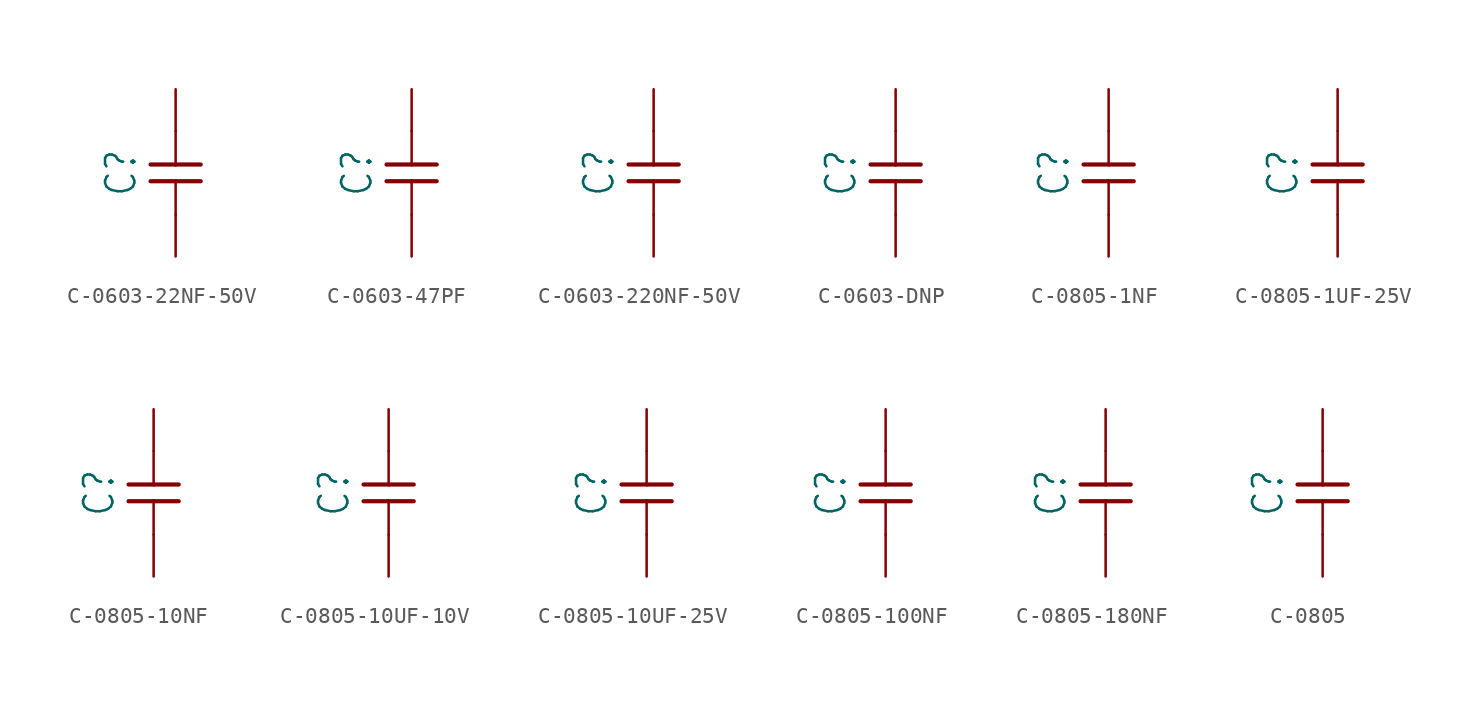
<source format=kicad_sym>
(kicad_symbol_lib
  (version 20231120)
  (generator "kicad_symbol_editor")
  (generator_version "8.0")
  (symbol "C-0603-22NF-50V"
    (property "Reference" "C"
      (at -2.286 0 90)
      (effects (font (size 1.778 1.511)) (justify bottom)))
    (property "Value" ""
      (at 2.286 0 90)
      (effects (font (size 1.778 1.511)) (justify top)))
    (property "ki_locked" ""
      (at 0 0 0)
      (effects (font (size 1.27 1.27))))
    (symbol "C-0603-22NF-50V_1_0"
      (polyline (pts (xy -1.524 0.508) (xy 0 0.508)) (stroke (width 0.254) (type solid)) (fill (type none)))
      (polyline (pts (xy 0 -2.54) (xy 0 -0.508)) (stroke (width 0.152) (type solid)) (fill (type none)))
      (polyline (pts (xy 0 -0.508) (xy -1.524 -0.508)) (stroke (width 0.254) (type solid)) (fill (type none)))
      (polyline (pts (xy 0 0.508) (xy 0 2.54)) (stroke (width 0.152) (type solid)) (fill (type none)))
      (polyline (pts (xy 0 0.508) (xy 1.524 0.508)) (stroke (width 0.254) (type solid)) (fill (type none)))
      (polyline (pts (xy 1.524 -0.508) (xy 0 -0.508)) (stroke (width 0.254) (type solid)) (fill (type none)))
      (pin passive line (at 0 5.08 270) (length 2.54) (name "1" (effects (font (size 0 0)))) (number "1" (effects (font (size 0 0)))))
      (pin passive line (at 0 -5.08 90) (length 2.54) (name "2" (effects (font (size 0 0)))) (number "2" (effects (font (size 0 0)))))))
  (symbol "C-0603-47PF"
    (property "Reference" "C"
      (at -2.286 0 90)
      (effects (font (size 1.778 1.511)) (justify bottom)))
    (property "Value" ""
      (at 2.286 0 90)
      (effects (font (size 1.778 1.511)) (justify top)))
    (property "ki_locked" ""
      (at 0 0 0)
      (effects (font (size 1.27 1.27))))
    (symbol "C-0603-47PF_1_0"
      (polyline (pts (xy -1.524 0.508) (xy 0 0.508)) (stroke (width 0.254) (type solid)) (fill (type none)))
      (polyline (pts (xy 0 -2.54) (xy 0 -0.508)) (stroke (width 0.152) (type solid)) (fill (type none)))
      (polyline (pts (xy 0 -0.508) (xy -1.524 -0.508)) (stroke (width 0.254) (type solid)) (fill (type none)))
      (polyline (pts (xy 0 0.508) (xy 0 2.54)) (stroke (width 0.152) (type solid)) (fill (type none)))
      (polyline (pts (xy 0 0.508) (xy 1.524 0.508)) (stroke (width 0.254) (type solid)) (fill (type none)))
      (polyline (pts (xy 1.524 -0.508) (xy 0 -0.508)) (stroke (width 0.254) (type solid)) (fill (type none)))
      (pin passive line (at 0 5.08 270) (length 2.54) (name "1" (effects (font (size 0 0)))) (number "1" (effects (font (size 0 0)))))
      (pin passive line (at 0 -5.08 90) (length 2.54) (name "2" (effects (font (size 0 0)))) (number "2" (effects (font (size 0 0)))))))
  (symbol "C-0603-220NF-50V"
    (property "Reference" "C"
      (at -2.286 0 90)
      (effects (font (size 1.778 1.511)) (justify bottom)))
    (property "Value" ""
      (at 2.286 0 90)
      (effects (font (size 1.778 1.511)) (justify top)))
    (property "ki_locked" ""
      (at 0 0 0)
      (effects (font (size 1.27 1.27))))
    (symbol "C-0603-220NF-50V_1_0"
      (polyline (pts (xy -1.524 0.508) (xy 0 0.508)) (stroke (width 0.254) (type solid)) (fill (type none)))
      (polyline (pts (xy 0 -2.54) (xy 0 -0.508)) (stroke (width 0.152) (type solid)) (fill (type none)))
      (polyline (pts (xy 0 -0.508) (xy -1.524 -0.508)) (stroke (width 0.254) (type solid)) (fill (type none)))
      (polyline (pts (xy 0 0.508) (xy 0 2.54)) (stroke (width 0.152) (type solid)) (fill (type none)))
      (polyline (pts (xy 0 0.508) (xy 1.524 0.508)) (stroke (width 0.254) (type solid)) (fill (type none)))
      (polyline (pts (xy 1.524 -0.508) (xy 0 -0.508)) (stroke (width 0.254) (type solid)) (fill (type none)))
      (pin passive line (at 0 5.08 270) (length 2.54) (name "1" (effects (font (size 0 0)))) (number "1" (effects (font (size 0 0)))))
      (pin passive line (at 0 -5.08 90) (length 2.54) (name "2" (effects (font (size 0 0)))) (number "2" (effects (font (size 0 0)))))))
  (symbol "C-0603-DNP"
    (property "Reference" "C"
      (at -2.286 0 90)
      (effects (font (size 1.778 1.511)) (justify bottom)))
    (property "Value" ""
      (at 2.286 0 90)
      (effects (font (size 1.778 1.511)) (justify top)))
    (property "ki_locked" ""
      (at 0 0 0)
      (effects (font (size 1.27 1.27))))
    (symbol "C-0603-DNP_1_0"
      (polyline (pts (xy -1.524 0.508) (xy 0 0.508)) (stroke (width 0.254) (type solid)) (fill (type none)))
      (polyline (pts (xy 0 -2.54) (xy 0 -0.508)) (stroke (width 0.152) (type solid)) (fill (type none)))
      (polyline (pts (xy 0 -0.508) (xy -1.524 -0.508)) (stroke (width 0.254) (type solid)) (fill (type none)))
      (polyline (pts (xy 0 0.508) (xy 0 2.54)) (stroke (width 0.152) (type solid)) (fill (type none)))
      (polyline (pts (xy 0 0.508) (xy 1.524 0.508)) (stroke (width 0.254) (type solid)) (fill (type none)))
      (polyline (pts (xy 1.524 -0.508) (xy 0 -0.508)) (stroke (width 0.254) (type solid)) (fill (type none)))
      (pin passive line (at 0 5.08 270) (length 2.54) (name "1" (effects (font (size 0 0)))) (number "1" (effects (font (size 0 0)))))
      (pin passive line (at 0 -5.08 90) (length 2.54) (name "2" (effects (font (size 0 0)))) (number "2" (effects (font (size 0 0)))))))
  (symbol "C-0805-1NF"
    (property "Reference" "C"
      (at -2.286 0 90)
      (effects (font (size 1.778 1.511)) (justify bottom)))
    (property "Value" ""
      (at 2.286 0 90)
      (effects (font (size 1.778 1.511)) (justify top)))
    (property "ki_locked" ""
      (at 0 0 0)
      (effects (font (size 1.27 1.27))))
    (symbol "C-0805-1NF_1_0"
      (polyline (pts (xy -1.524 0.508) (xy 0 0.508)) (stroke (width 0.254) (type solid)) (fill (type none)))
      (polyline (pts (xy 0 -2.54) (xy 0 -0.508)) (stroke (width 0.152) (type solid)) (fill (type none)))
      (polyline (pts (xy 0 -0.508) (xy -1.524 -0.508)) (stroke (width 0.254) (type solid)) (fill (type none)))
      (polyline (pts (xy 0 0.508) (xy 0 2.54)) (stroke (width 0.152) (type solid)) (fill (type none)))
      (polyline (pts (xy 0 0.508) (xy 1.524 0.508)) (stroke (width 0.254) (type solid)) (fill (type none)))
      (polyline (pts (xy 1.524 -0.508) (xy 0 -0.508)) (stroke (width 0.254) (type solid)) (fill (type none)))
      (pin passive line (at 0 5.08 270) (length 2.54) (name "1" (effects (font (size 0 0)))) (number "1" (effects (font (size 0 0)))))
      (pin passive line (at 0 -5.08 90) (length 2.54) (name "2" (effects (font (size 0 0)))) (number "2" (effects (font (size 0 0)))))))
  (symbol "C-0805-1UF-25V"
    (property "Reference" "C"
      (at -2.286 0 90)
      (effects (font (size 1.778 1.511)) (justify bottom)))
    (property "Value" ""
      (at 2.286 0 90)
      (effects (font (size 1.778 1.511)) (justify top)))
    (property "ki_locked" ""
      (at 0 0 0)
      (effects (font (size 1.27 1.27))))
    (symbol "C-0805-1UF-25V_1_0"
      (polyline (pts (xy -1.524 0.508) (xy 0 0.508)) (stroke (width 0.254) (type solid)) (fill (type none)))
      (polyline (pts (xy 0 -2.54) (xy 0 -0.508)) (stroke (width 0.152) (type solid)) (fill (type none)))
      (polyline (pts (xy 0 -0.508) (xy -1.524 -0.508)) (stroke (width 0.254) (type solid)) (fill (type none)))
      (polyline (pts (xy 0 0.508) (xy 0 2.54)) (stroke (width 0.152) (type solid)) (fill (type none)))
      (polyline (pts (xy 0 0.508) (xy 1.524 0.508)) (stroke (width 0.254) (type solid)) (fill (type none)))
      (polyline (pts (xy 1.524 -0.508) (xy 0 -0.508)) (stroke (width 0.254) (type solid)) (fill (type none)))
      (pin passive line (at 0 5.08 270) (length 2.54) (name "1" (effects (font (size 0 0)))) (number "1" (effects (font (size 0 0)))))
      (pin passive line (at 0 -5.08 90) (length 2.54) (name "2" (effects (font (size 0 0)))) (number "2" (effects (font (size 0 0)))))))
  (symbol "C-0805-10NF"
    (property "Reference" "C"
      (at -2.286 0 90)
      (effects (font (size 1.778 1.511)) (justify bottom)))
    (property "Value" ""
      (at 2.286 0 90)
      (effects (font (size 1.778 1.511)) (justify top)))
    (property "ki_locked" ""
      (at 0 0 0)
      (effects (font (size 1.27 1.27))))
    (symbol "C-0805-10NF_1_0"
      (polyline (pts (xy -1.524 0.508) (xy 0 0.508)) (stroke (width 0.254) (type solid)) (fill (type none)))
      (polyline (pts (xy 0 -2.54) (xy 0 -0.508)) (stroke (width 0.152) (type solid)) (fill (type none)))
      (polyline (pts (xy 0 -0.508) (xy -1.524 -0.508)) (stroke (width 0.254) (type solid)) (fill (type none)))
      (polyline (pts (xy 0 0.508) (xy 0 2.54)) (stroke (width 0.152) (type solid)) (fill (type none)))
      (polyline (pts (xy 0 0.508) (xy 1.524 0.508)) (stroke (width 0.254) (type solid)) (fill (type none)))
      (polyline (pts (xy 1.524 -0.508) (xy 0 -0.508)) (stroke (width 0.254) (type solid)) (fill (type none)))
      (pin passive line (at 0 5.08 270) (length 2.54) (name "1" (effects (font (size 0 0)))) (number "1" (effects (font (size 0 0)))))
      (pin passive line (at 0 -5.08 90) (length 2.54) (name "2" (effects (font (size 0 0)))) (number "2" (effects (font (size 0 0)))))))
  (symbol "C-0805-10UF-10V"
    (property "Reference" "C"
      (at -2.286 0 90)
      (effects (font (size 1.778 1.511)) (justify bottom)))
    (property "Value" ""
      (at 2.286 0 90)
      (effects (font (size 1.778 1.511)) (justify top)))
    (property "ki_locked" ""
      (at 0 0 0)
      (effects (font (size 1.27 1.27))))
    (symbol "C-0805-10UF-10V_1_0"
      (polyline (pts (xy -1.524 0.508) (xy 0 0.508)) (stroke (width 0.254) (type solid)) (fill (type none)))
      (polyline (pts (xy 0 -2.54) (xy 0 -0.508)) (stroke (width 0.152) (type solid)) (fill (type none)))
      (polyline (pts (xy 0 -0.508) (xy -1.524 -0.508)) (stroke (width 0.254) (type solid)) (fill (type none)))
      (polyline (pts (xy 0 0.508) (xy 0 2.54)) (stroke (width 0.152) (type solid)) (fill (type none)))
      (polyline (pts (xy 0 0.508) (xy 1.524 0.508)) (stroke (width 0.254) (type solid)) (fill (type none)))
      (polyline (pts (xy 1.524 -0.508) (xy 0 -0.508)) (stroke (width 0.254) (type solid)) (fill (type none)))
      (pin passive line (at 0 5.08 270) (length 2.54) (name "1" (effects (font (size 0 0)))) (number "1" (effects (font (size 0 0)))))
      (pin passive line (at 0 -5.08 90) (length 2.54) (name "2" (effects (font (size 0 0)))) (number "2" (effects (font (size 0 0)))))))
  (symbol "C-0805-10UF-25V"
    (property "Reference" "C"
      (at -2.286 0 90)
      (effects (font (size 1.778 1.511)) (justify bottom)))
    (property "Value" ""
      (at 2.286 0 90)
      (effects (font (size 1.778 1.511)) (justify top)))
    (property "ki_locked" ""
      (at 0 0 0)
      (effects (font (size 1.27 1.27))))
    (symbol "C-0805-10UF-25V_1_0"
      (polyline (pts (xy -1.524 0.508) (xy 0 0.508)) (stroke (width 0.254) (type solid)) (fill (type none)))
      (polyline (pts (xy 0 -2.54) (xy 0 -0.508)) (stroke (width 0.152) (type solid)) (fill (type none)))
      (polyline (pts (xy 0 -0.508) (xy -1.524 -0.508)) (stroke (width 0.254) (type solid)) (fill (type none)))
      (polyline (pts (xy 0 0.508) (xy 0 2.54)) (stroke (width 0.152) (type solid)) (fill (type none)))
      (polyline (pts (xy 0 0.508) (xy 1.524 0.508)) (stroke (width 0.254) (type solid)) (fill (type none)))
      (polyline (pts (xy 1.524 -0.508) (xy 0 -0.508)) (stroke (width 0.254) (type solid)) (fill (type none)))
      (pin passive line (at 0 5.08 270) (length 2.54) (name "1" (effects (font (size 0 0)))) (number "1" (effects (font (size 0 0)))))
      (pin passive line (at 0 -5.08 90) (length 2.54) (name "2" (effects (font (size 0 0)))) (number "2" (effects (font (size 0 0)))))))
  (symbol "C-0805-100NF"
    (property "Reference" "C"
      (at -2.286 0 90)
      (effects (font (size 1.778 1.511)) (justify bottom)))
    (property "Value" ""
      (at 2.286 0 90)
      (effects (font (size 1.778 1.511)) (justify top)))
    (property "ki_locked" ""
      (at 0 0 0)
      (effects (font (size 1.27 1.27))))
    (symbol "C-0805-100NF_1_0"
      (polyline (pts (xy -1.524 0.508) (xy 0 0.508)) (stroke (width 0.254) (type solid)) (fill (type none)))
      (polyline (pts (xy 0 -2.54) (xy 0 -0.508)) (stroke (width 0.152) (type solid)) (fill (type none)))
      (polyline (pts (xy 0 -0.508) (xy -1.524 -0.508)) (stroke (width 0.254) (type solid)) (fill (type none)))
      (polyline (pts (xy 0 0.508) (xy 0 2.54)) (stroke (width 0.152) (type solid)) (fill (type none)))
      (polyline (pts (xy 0 0.508) (xy 1.524 0.508)) (stroke (width 0.254) (type solid)) (fill (type none)))
      (polyline (pts (xy 1.524 -0.508) (xy 0 -0.508)) (stroke (width 0.254) (type solid)) (fill (type none)))
      (pin passive line (at 0 5.08 270) (length 2.54) (name "1" (effects (font (size 0 0)))) (number "1" (effects (font (size 0 0)))))
      (pin passive line (at 0 -5.08 90) (length 2.54) (name "2" (effects (font (size 0 0)))) (number "2" (effects (font (size 0 0)))))))
  (symbol "C-0805-180NF"
    (property "Reference" "C"
      (at -2.286 0 90)
      (effects (font (size 1.778 1.511)) (justify bottom)))
    (property "Value" ""
      (at 2.286 0 90)
      (effects (font (size 1.778 1.511)) (justify top)))
    (property "ki_locked" ""
      (at 0 0 0)
      (effects (font (size 1.27 1.27))))
    (symbol "C-0805-180NF_1_0"
      (polyline (pts (xy -1.524 0.508) (xy 0 0.508)) (stroke (width 0.254) (type solid)) (fill (type none)))
      (polyline (pts (xy 0 -2.54) (xy 0 -0.508)) (stroke (width 0.152) (type solid)) (fill (type none)))
      (polyline (pts (xy 0 -0.508) (xy -1.524 -0.508)) (stroke (width 0.254) (type solid)) (fill (type none)))
      (polyline (pts (xy 0 0.508) (xy 0 2.54)) (stroke (width 0.152) (type solid)) (fill (type none)))
      (polyline (pts (xy 0 0.508) (xy 1.524 0.508)) (stroke (width 0.254) (type solid)) (fill (type none)))
      (polyline (pts (xy 1.524 -0.508) (xy 0 -0.508)) (stroke (width 0.254) (type solid)) (fill (type none)))
      (pin passive line (at 0 5.08 270) (length 2.54) (name "1" (effects (font (size 0 0)))) (number "1" (effects (font (size 0 0)))))
      (pin passive line (at 0 -5.08 90) (length 2.54) (name "2" (effects (font (size 0 0)))) (number "2" (effects (font (size 0 0)))))))
  (symbol "C-0805"
    (property "Reference" "C"
      (at -2.286 0 90)
      (effects (font (size 1.778 1.511)) (justify bottom)))
    (property "Value" ""
      (at 2.286 0 90)
      (effects (font (size 1.778 1.511)) (justify top)))
    (property "ki_locked" ""
      (at 0 0 0)
      (effects (font (size 1.27 1.27))))
    (symbol "C-0805_1_0"
      (polyline (pts (xy -1.524 0.508) (xy 0 0.508)) (stroke (width 0.254) (type solid)) (fill (type none)))
      (polyline (pts (xy 0 -2.54) (xy 0 -0.508)) (stroke (width 0.152) (type solid)) (fill (type none)))
      (polyline (pts (xy 0 -0.508) (xy -1.524 -0.508)) (stroke (width 0.254) (type solid)) (fill (type none)))
      (polyline (pts (xy 0 0.508) (xy 0 2.54)) (stroke (width 0.152) (type solid)) (fill (type none)))
      (polyline (pts (xy 0 0.508) (xy 1.524 0.508)) (stroke (width 0.254) (type solid)) (fill (type none)))
      (polyline (pts (xy 1.524 -0.508) (xy 0 -0.508)) (stroke (width 0.254) (type solid)) (fill (type none)))
      (pin passive line (at 0 5.08 270) (length 2.54) (name "1" (effects (font (size 0 0)))) (number "1" (effects (font (size 0 0)))))
      (pin passive line (at 0 -5.08 90) (length 2.54) (name "2" (effects (font (size 0 0)))) (number "2" (effects (font (size 0 0))))))))
</source>
